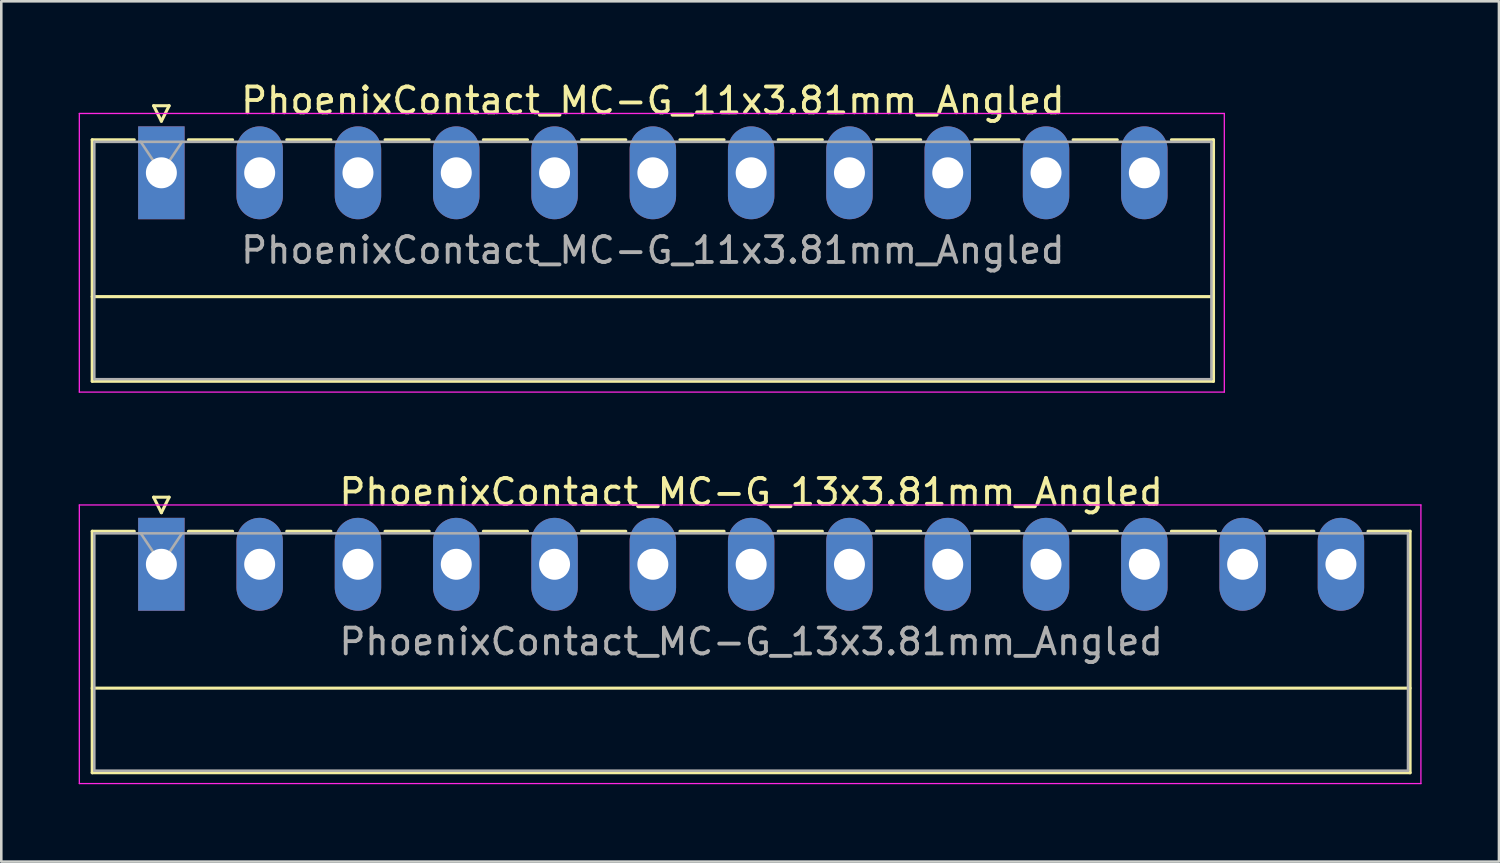
<source format=kicad_pcb>
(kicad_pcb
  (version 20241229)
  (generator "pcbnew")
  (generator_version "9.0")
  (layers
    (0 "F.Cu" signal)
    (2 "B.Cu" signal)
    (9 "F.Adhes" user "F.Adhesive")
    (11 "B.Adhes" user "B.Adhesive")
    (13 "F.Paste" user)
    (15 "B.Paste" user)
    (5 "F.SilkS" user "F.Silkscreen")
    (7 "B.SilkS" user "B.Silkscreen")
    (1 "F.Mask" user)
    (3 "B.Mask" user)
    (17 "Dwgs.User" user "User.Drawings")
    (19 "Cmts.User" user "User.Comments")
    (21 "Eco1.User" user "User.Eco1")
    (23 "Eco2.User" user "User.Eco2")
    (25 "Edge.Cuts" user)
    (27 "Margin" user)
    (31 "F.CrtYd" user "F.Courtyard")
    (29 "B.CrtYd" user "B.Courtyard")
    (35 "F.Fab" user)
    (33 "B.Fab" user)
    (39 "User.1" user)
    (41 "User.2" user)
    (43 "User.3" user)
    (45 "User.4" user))
  (footprint "PhoenixContact_MC-G_13x3.81mm_Angled"
    (layer "F.Cu")
    (at 3.205 18.822)
    (property "Reference" "PhoenixContact_MC-G_13x3.81mm_Angled" (at 22.86 -2.8 0) (layer "F.SilkS") (effects (font (size 1 1) (thickness 0.15))))
    (attr through_hole)
    (fp_line (start -2.68 -1.28) (end -2.68 8.08) (stroke (width 0.12) (type solid)) (layer "F.SilkS"))
    (fp_line (start -2.68 -1.28) (end -1.05 -1.28) (stroke (width 0.12) (type solid)) (layer "F.SilkS"))
    (fp_line (start -2.68 4.8) (end 48.4 4.8) (stroke (width 0.12) (type solid)) (layer "F.SilkS"))
    (fp_line (start -2.68 8.08) (end 48.4 8.08) (stroke (width 0.12) (type solid)) (layer "F.SilkS"))
    (fp_line (start -0.3 -2.6) (end 0.3 -2.6) (stroke (width 0.12) (type solid)) (layer "F.SilkS"))
    (fp_line (start 0 -2) (end -0.3 -2.6) (stroke (width 0.12) (type solid)) (layer "F.SilkS"))
    (fp_line (start 0.3 -2.6) (end 0 -2) (stroke (width 0.12) (type solid)) (layer "F.SilkS"))
    (fp_line (start 1.05 -1.28) (end 2.76 -1.28) (stroke (width 0.12) (type solid)) (layer "F.SilkS"))
    (fp_line (start 4.86 -1.28) (end 6.57 -1.28) (stroke (width 0.12) (type solid)) (layer "F.SilkS"))
    (fp_line (start 8.67 -1.28) (end 10.38 -1.28) (stroke (width 0.12) (type solid)) (layer "F.SilkS"))
    (fp_line (start 12.48 -1.28) (end 14.19 -1.28) (stroke (width 0.12) (type solid)) (layer "F.SilkS"))
    (fp_line (start 16.29 -1.28) (end 18 -1.28) (stroke (width 0.12) (type solid)) (layer "F.SilkS"))
    (fp_line (start 20.1 -1.28) (end 21.81 -1.28) (stroke (width 0.12) (type solid)) (layer "F.SilkS"))
    (fp_line (start 23.91 -1.28) (end 25.62 -1.28) (stroke (width 0.12) (type solid)) (layer "F.SilkS"))
    (fp_line (start 27.72 -1.28) (end 29.43 -1.28) (stroke (width 0.12) (type solid)) (layer "F.SilkS"))
    (fp_line (start 31.53 -1.28) (end 33.24 -1.28) (stroke (width 0.12) (type solid)) (layer "F.SilkS"))
    (fp_line (start 35.34 -1.28) (end 37.05 -1.28) (stroke (width 0.12) (type solid)) (layer "F.SilkS"))
    (fp_line (start 39.15 -1.28) (end 40.86 -1.28) (stroke (width 0.12) (type solid)) (layer "F.SilkS"))
    (fp_line (start 42.96 -1.28) (end 44.67 -1.28) (stroke (width 0.12) (type solid)) (layer "F.SilkS"))
    (fp_line (start 48.4 -1.28) (end 46.77 -1.28) (stroke (width 0.12) (type solid)) (layer "F.SilkS"))
    (fp_line (start 48.4 8.08) (end 48.4 -1.28) (stroke (width 0.12) (type solid)) (layer "F.SilkS"))
    (fp_line (start -3.18 -2.3) (end -3.18 8.5) (stroke (width 0.05) (type solid)) (layer "F.CrtYd"))
    (fp_line (start -3.18 8.5) (end 48.82 8.5) (stroke (width 0.05) (type solid)) (layer "F.CrtYd"))
    (fp_line (start 48.82 -2.3) (end -3.18 -2.3) (stroke (width 0.05) (type solid)) (layer "F.CrtYd"))
    (fp_line (start 48.82 8.5) (end 48.82 -2.3) (stroke (width 0.05) (type solid)) (layer "F.CrtYd"))
    (fp_line (start -2.6 -1.2) (end -2.6 8) (stroke (width 0.1) (type solid)) (layer "F.Fab"))
    (fp_line (start -2.6 8) (end 48.32 8) (stroke (width 0.1) (type solid)) (layer "F.Fab"))
    (fp_line (start 0 0) (end -0.8 -1.2) (stroke (width 0.1) (type solid)) (layer "F.Fab"))
    (fp_line (start 0.8 -1.2) (end 0 0) (stroke (width 0.1) (type solid)) (layer "F.Fab"))
    (fp_line (start 48.32 -1.2) (end -2.6 -1.2) (stroke (width 0.1) (type solid)) (layer "F.Fab"))
    (fp_line (start 48.32 8) (end 48.32 -1.2) (stroke (width 0.1) (type solid)) (layer "F.Fab"))
    (fp_text user "${REFERENCE}" (at 22.86 3 0) (layer "F.Fab") (effects (font (size 1 1) (thickness 0.15))))
    (pad "1" thru_hole rect (at 0 0) (size 1.8 3.6) (drill 1.2) (layers "*.Cu" "*.Mask"))
    (pad "2" thru_hole oval (at 3.81 0) (size 1.8 3.6) (drill 1.2) (layers "*.Cu" "*.Mask"))
    (pad "3" thru_hole oval (at 7.62 0) (size 1.8 3.6) (drill 1.2) (layers "*.Cu" "*.Mask"))
    (pad "4" thru_hole oval (at 11.43 0) (size 1.8 3.6) (drill 1.2) (layers "*.Cu" "*.Mask"))
    (pad "5" thru_hole oval (at 15.24 0) (size 1.8 3.6) (drill 1.2) (layers "*.Cu" "*.Mask"))
    (pad "6" thru_hole oval (at 19.05 0) (size 1.8 3.6) (drill 1.2) (layers "*.Cu" "*.Mask"))
    (pad "7" thru_hole oval (at 22.86 0) (size 1.8 3.6) (drill 1.2) (layers "*.Cu" "*.Mask"))
    (pad "8" thru_hole oval (at 26.67 0) (size 1.8 3.6) (drill 1.2) (layers "*.Cu" "*.Mask"))
    (pad "9" thru_hole oval (at 30.48 0) (size 1.8 3.6) (drill 1.2) (layers "*.Cu" "*.Mask"))
    (pad "10" thru_hole oval (at 34.29 0) (size 1.8 3.6) (drill 1.2) (layers "*.Cu" "*.Mask"))
    (pad "11" thru_hole oval (at 38.1 0) (size 1.8 3.6) (drill 1.2) (layers "*.Cu" "*.Mask"))
    (pad "12" thru_hole oval (at 41.91 0) (size 1.8 3.6) (drill 1.2) (layers "*.Cu" "*.Mask"))
    (pad "13" thru_hole oval (at 45.72 0) (size 1.8 3.6) (drill 1.2) (layers "*.Cu" "*.Mask")))
  (footprint "PhoenixContact_MC-G_11x3.81mm_Angled"
    (layer "F.Cu")
    (at 3.205 3.648)
    (property "Reference" "PhoenixContact_MC-G_11x3.81mm_Angled" (at 19.05 -2.8 0) (layer "F.SilkS") (effects (font (size 1 1) (thickness 0.15))))
    (attr through_hole)
    (fp_line (start -2.68 -1.28) (end -2.68 8.08) (stroke (width 0.12) (type solid)) (layer "F.SilkS"))
    (fp_line (start -2.68 -1.28) (end -1.05 -1.28) (stroke (width 0.12) (type solid)) (layer "F.SilkS"))
    (fp_line (start -2.68 4.8) (end 40.78 4.8) (stroke (width 0.12) (type solid)) (layer "F.SilkS"))
    (fp_line (start -2.68 8.08) (end 40.78 8.08) (stroke (width 0.12) (type solid)) (layer "F.SilkS"))
    (fp_line (start -0.3 -2.6) (end 0.3 -2.6) (stroke (width 0.12) (type solid)) (layer "F.SilkS"))
    (fp_line (start 0 -2) (end -0.3 -2.6) (stroke (width 0.12) (type solid)) (layer "F.SilkS"))
    (fp_line (start 0.3 -2.6) (end 0 -2) (stroke (width 0.12) (type solid)) (layer "F.SilkS"))
    (fp_line (start 1.05 -1.28) (end 2.76 -1.28) (stroke (width 0.12) (type solid)) (layer "F.SilkS"))
    (fp_line (start 4.86 -1.28) (end 6.57 -1.28) (stroke (width 0.12) (type solid)) (layer "F.SilkS"))
    (fp_line (start 8.67 -1.28) (end 10.38 -1.28) (stroke (width 0.12) (type solid)) (layer "F.SilkS"))
    (fp_line (start 12.48 -1.28) (end 14.19 -1.28) (stroke (width 0.12) (type solid)) (layer "F.SilkS"))
    (fp_line (start 16.29 -1.28) (end 18 -1.28) (stroke (width 0.12) (type solid)) (layer "F.SilkS"))
    (fp_line (start 20.1 -1.28) (end 21.81 -1.28) (stroke (width 0.12) (type solid)) (layer "F.SilkS"))
    (fp_line (start 23.91 -1.28) (end 25.62 -1.28) (stroke (width 0.12) (type solid)) (layer "F.SilkS"))
    (fp_line (start 27.72 -1.28) (end 29.43 -1.28) (stroke (width 0.12) (type solid)) (layer "F.SilkS"))
    (fp_line (start 31.53 -1.28) (end 33.24 -1.28) (stroke (width 0.12) (type solid)) (layer "F.SilkS"))
    (fp_line (start 35.34 -1.28) (end 37.05 -1.28) (stroke (width 0.12) (type solid)) (layer "F.SilkS"))
    (fp_line (start 40.78 -1.28) (end 39.15 -1.28) (stroke (width 0.12) (type solid)) (layer "F.SilkS"))
    (fp_line (start 40.78 8.08) (end 40.78 -1.28) (stroke (width 0.12) (type solid)) (layer "F.SilkS"))
    (fp_line (start -3.18 -2.3) (end -3.18 8.5) (stroke (width 0.05) (type solid)) (layer "F.CrtYd"))
    (fp_line (start -3.18 8.5) (end 41.2 8.5) (stroke (width 0.05) (type solid)) (layer "F.CrtYd"))
    (fp_line (start 41.2 -2.3) (end -3.18 -2.3) (stroke (width 0.05) (type solid)) (layer "F.CrtYd"))
    (fp_line (start 41.2 8.5) (end 41.2 -2.3) (stroke (width 0.05) (type solid)) (layer "F.CrtYd"))
    (fp_line (start -2.6 -1.2) (end -2.6 8) (stroke (width 0.1) (type solid)) (layer "F.Fab"))
    (fp_line (start -2.6 8) (end 40.7 8) (stroke (width 0.1) (type solid)) (layer "F.Fab"))
    (fp_line (start 0 0) (end -0.8 -1.2) (stroke (width 0.1) (type solid)) (layer "F.Fab"))
    (fp_line (start 0.8 -1.2) (end 0 0) (stroke (width 0.1) (type solid)) (layer "F.Fab"))
    (fp_line (start 40.7 -1.2) (end -2.6 -1.2) (stroke (width 0.1) (type solid)) (layer "F.Fab"))
    (fp_line (start 40.7 8) (end 40.7 -1.2) (stroke (width 0.1) (type solid)) (layer "F.Fab"))
    (fp_text user "${REFERENCE}" (at 19.05 3 0) (layer "F.Fab") (effects (font (size 1 1) (thickness 0.15))))
    (pad "1" thru_hole rect (at 0 0) (size 1.8 3.6) (drill 1.2) (layers "*.Cu" "*.Mask"))
    (pad "2" thru_hole oval (at 3.81 0) (size 1.8 3.6) (drill 1.2) (layers "*.Cu" "*.Mask"))
    (pad "3" thru_hole oval (at 7.62 0) (size 1.8 3.6) (drill 1.2) (layers "*.Cu" "*.Mask"))
    (pad "4" thru_hole oval (at 11.43 0) (size 1.8 3.6) (drill 1.2) (layers "*.Cu" "*.Mask"))
    (pad "5" thru_hole oval (at 15.24 0) (size 1.8 3.6) (drill 1.2) (layers "*.Cu" "*.Mask"))
    (pad "6" thru_hole oval (at 19.05 0) (size 1.8 3.6) (drill 1.2) (layers "*.Cu" "*.Mask"))
    (pad "7" thru_hole oval (at 22.86 0) (size 1.8 3.6) (drill 1.2) (layers "*.Cu" "*.Mask"))
    (pad "8" thru_hole oval (at 26.67 0) (size 1.8 3.6) (drill 1.2) (layers "*.Cu" "*.Mask"))
    (pad "9" thru_hole oval (at 30.48 0) (size 1.8 3.6) (drill 1.2) (layers "*.Cu" "*.Mask"))
    (pad "10" thru_hole oval (at 34.29 0) (size 1.8 3.6) (drill 1.2) (layers "*.Cu" "*.Mask"))
    (pad "11" thru_hole oval (at 38.1 0) (size 1.8 3.6) (drill 1.2) (layers "*.Cu" "*.Mask")))
  (gr_rect
    (start -3 -3)
    (end 55.05 30.346)
    (stroke (width 0.1) (type default))
    (fill no)
    (layer "Edge.Cuts")))
</source>
